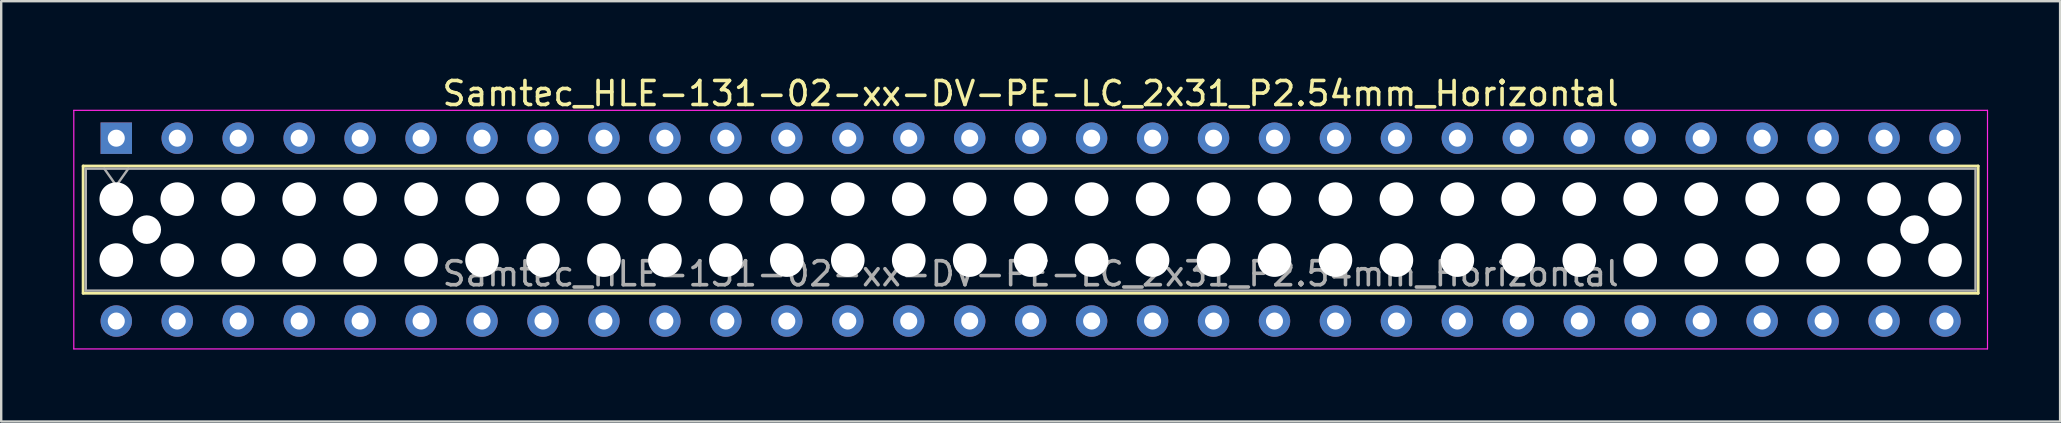
<source format=kicad_pcb>
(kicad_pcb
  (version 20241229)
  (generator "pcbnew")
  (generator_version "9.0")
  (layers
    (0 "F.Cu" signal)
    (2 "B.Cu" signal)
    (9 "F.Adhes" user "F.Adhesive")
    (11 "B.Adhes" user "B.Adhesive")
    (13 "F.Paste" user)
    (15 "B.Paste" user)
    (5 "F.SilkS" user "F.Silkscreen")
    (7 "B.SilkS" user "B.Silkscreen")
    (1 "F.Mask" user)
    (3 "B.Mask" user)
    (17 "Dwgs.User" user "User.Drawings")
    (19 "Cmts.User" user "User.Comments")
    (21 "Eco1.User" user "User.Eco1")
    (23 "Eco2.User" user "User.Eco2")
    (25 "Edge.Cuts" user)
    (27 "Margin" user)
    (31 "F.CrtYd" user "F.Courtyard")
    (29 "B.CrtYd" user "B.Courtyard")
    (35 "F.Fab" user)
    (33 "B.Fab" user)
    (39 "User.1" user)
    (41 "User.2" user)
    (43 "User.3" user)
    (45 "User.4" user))
  (footprint "Samtec_HLE-131-02-xx-DV-PE-LC_2x31_P2.54mm_Horizontal"
    (layer "F.Cu")
    (at 1.795 2.708)
    (property "Reference" "Samtec_HLE-131-02-xx-DV-PE-LC_2x31_P2.54mm_Horizontal" (at 38.1 -1.86 0) (layer "F.SilkS") (effects (font (size 1 1) (thickness 0.15))))
    (attr through_hole)
    (fp_line (start -1.38 1.16) (end 77.58 1.16) (stroke (width 0.12) (type solid)) (layer "F.SilkS"))
    (fp_line (start -1.38 6.46) (end -1.38 1.16) (stroke (width 0.12) (type solid)) (layer "F.SilkS"))
    (fp_line (start 77.58 1.16) (end 77.58 6.46) (stroke (width 0.12) (type solid)) (layer "F.SilkS"))
    (fp_line (start 77.58 6.46) (end -1.38 6.46) (stroke (width 0.12) (type solid)) (layer "F.SilkS"))
    (fp_line (start -1.77 -1.16) (end 77.97 -1.16) (stroke (width 0.05) (type solid)) (layer "F.CrtYd"))
    (fp_line (start -1.77 8.78) (end -1.77 -1.16) (stroke (width 0.05) (type solid)) (layer "F.CrtYd"))
    (fp_line (start 77.97 -1.16) (end 77.97 8.78) (stroke (width 0.05) (type solid)) (layer "F.CrtYd"))
    (fp_line (start 77.97 8.78) (end -1.77 8.78) (stroke (width 0.05) (type solid)) (layer "F.CrtYd"))
    (fp_line (start -1.27 1.27) (end 77.47 1.27) (stroke (width 0.1) (type solid)) (layer "F.Fab"))
    (fp_line (start -1.27 6.35) (end -1.27 1.27) (stroke (width 0.1) (type solid)) (layer "F.Fab"))
    (fp_line (start -0.5 1.27) (end 0 1.977) (stroke (width 0.1) (type solid)) (layer "F.Fab"))
    (fp_line (start 0 1.977) (end 0.5 1.27) (stroke (width 0.1) (type solid)) (layer "F.Fab"))
    (fp_line (start 77.47 1.27) (end 77.47 6.35) (stroke (width 0.1) (type solid)) (layer "F.Fab"))
    (fp_line (start 77.47 6.35) (end -1.27 6.35) (stroke (width 0.1) (type solid)) (layer "F.Fab"))
    (fp_text user "${REFERENCE}" (at 38.1 5.65 0) (layer "F.Fab") (effects (font (size 1 1) (thickness 0.15))))
    (pad "" np_thru_hole circle (at 0 2.54) (size 1.4 1.4) (drill 1.4) (layers "*.Cu" "*.Mask"))
    (pad "" np_thru_hole circle (at 0 5.08) (size 1.4 1.4) (drill 1.4) (layers "*.Cu" "*.Mask"))
    (pad "" np_thru_hole circle (at 1.27 3.81) (size 1.19 1.19) (drill 1.19) (layers "*.Cu" "*.Mask"))
    (pad "" np_thru_hole circle (at 2.54 2.54) (size 1.4 1.4) (drill 1.4) (layers "*.Cu" "*.Mask"))
    (pad "" np_thru_hole circle (at 2.54 5.08) (size 1.4 1.4) (drill 1.4) (layers "*.Cu" "*.Mask"))
    (pad "" np_thru_hole circle (at 5.08 2.54) (size 1.4 1.4) (drill 1.4) (layers "*.Cu" "*.Mask"))
    (pad "" np_thru_hole circle (at 5.08 5.08) (size 1.4 1.4) (drill 1.4) (layers "*.Cu" "*.Mask"))
    (pad "" np_thru_hole circle (at 7.62 2.54) (size 1.4 1.4) (drill 1.4) (layers "*.Cu" "*.Mask"))
    (pad "" np_thru_hole circle (at 7.62 5.08) (size 1.4 1.4) (drill 1.4) (layers "*.Cu" "*.Mask"))
    (pad "" np_thru_hole circle (at 10.16 2.54) (size 1.4 1.4) (drill 1.4) (layers "*.Cu" "*.Mask"))
    (pad "" np_thru_hole circle (at 10.16 5.08) (size 1.4 1.4) (drill 1.4) (layers "*.Cu" "*.Mask"))
    (pad "" np_thru_hole circle (at 12.7 2.54) (size 1.4 1.4) (drill 1.4) (layers "*.Cu" "*.Mask"))
    (pad "" np_thru_hole circle (at 12.7 5.08) (size 1.4 1.4) (drill 1.4) (layers "*.Cu" "*.Mask"))
    (pad "" np_thru_hole circle (at 15.24 2.54) (size 1.4 1.4) (drill 1.4) (layers "*.Cu" "*.Mask"))
    (pad "" np_thru_hole circle (at 15.24 5.08) (size 1.4 1.4) (drill 1.4) (layers "*.Cu" "*.Mask"))
    (pad "" np_thru_hole circle (at 17.78 2.54) (size 1.4 1.4) (drill 1.4) (layers "*.Cu" "*.Mask"))
    (pad "" np_thru_hole circle (at 17.78 5.08) (size 1.4 1.4) (drill 1.4) (layers "*.Cu" "*.Mask"))
    (pad "" np_thru_hole circle (at 20.32 2.54) (size 1.4 1.4) (drill 1.4) (layers "*.Cu" "*.Mask"))
    (pad "" np_thru_hole circle (at 20.32 5.08) (size 1.4 1.4) (drill 1.4) (layers "*.Cu" "*.Mask"))
    (pad "" np_thru_hole circle (at 22.86 2.54) (size 1.4 1.4) (drill 1.4) (layers "*.Cu" "*.Mask"))
    (pad "" np_thru_hole circle (at 22.86 5.08) (size 1.4 1.4) (drill 1.4) (layers "*.Cu" "*.Mask"))
    (pad "" np_thru_hole circle (at 25.4 2.54) (size 1.4 1.4) (drill 1.4) (layers "*.Cu" "*.Mask"))
    (pad "" np_thru_hole circle (at 25.4 5.08) (size 1.4 1.4) (drill 1.4) (layers "*.Cu" "*.Mask"))
    (pad "" np_thru_hole circle (at 27.94 2.54) (size 1.4 1.4) (drill 1.4) (layers "*.Cu" "*.Mask"))
    (pad "" np_thru_hole circle (at 27.94 5.08) (size 1.4 1.4) (drill 1.4) (layers "*.Cu" "*.Mask"))
    (pad "" np_thru_hole circle (at 30.48 2.54) (size 1.4 1.4) (drill 1.4) (layers "*.Cu" "*.Mask"))
    (pad "" np_thru_hole circle (at 30.48 5.08) (size 1.4 1.4) (drill 1.4) (layers "*.Cu" "*.Mask"))
    (pad "" np_thru_hole circle (at 33.02 2.54) (size 1.4 1.4) (drill 1.4) (layers "*.Cu" "*.Mask"))
    (pad "" np_thru_hole circle (at 33.02 5.08) (size 1.4 1.4) (drill 1.4) (layers "*.Cu" "*.Mask"))
    (pad "" np_thru_hole circle (at 35.56 2.54) (size 1.4 1.4) (drill 1.4) (layers "*.Cu" "*.Mask"))
    (pad "" np_thru_hole circle (at 35.56 5.08) (size 1.4 1.4) (drill 1.4) (layers "*.Cu" "*.Mask"))
    (pad "" np_thru_hole circle (at 38.1 2.54) (size 1.4 1.4) (drill 1.4) (layers "*.Cu" "*.Mask"))
    (pad "" np_thru_hole circle (at 38.1 5.08) (size 1.4 1.4) (drill 1.4) (layers "*.Cu" "*.Mask"))
    (pad "" np_thru_hole circle (at 40.64 2.54) (size 1.4 1.4) (drill 1.4) (layers "*.Cu" "*.Mask"))
    (pad "" np_thru_hole circle (at 40.64 5.08) (size 1.4 1.4) (drill 1.4) (layers "*.Cu" "*.Mask"))
    (pad "" np_thru_hole circle (at 43.18 2.54) (size 1.4 1.4) (drill 1.4) (layers "*.Cu" "*.Mask"))
    (pad "" np_thru_hole circle (at 43.18 5.08) (size 1.4 1.4) (drill 1.4) (layers "*.Cu" "*.Mask"))
    (pad "" np_thru_hole circle (at 45.72 2.54) (size 1.4 1.4) (drill 1.4) (layers "*.Cu" "*.Mask"))
    (pad "" np_thru_hole circle (at 45.72 5.08) (size 1.4 1.4) (drill 1.4) (layers "*.Cu" "*.Mask"))
    (pad "" np_thru_hole circle (at 48.26 2.54) (size 1.4 1.4) (drill 1.4) (layers "*.Cu" "*.Mask"))
    (pad "" np_thru_hole circle (at 48.26 5.08) (size 1.4 1.4) (drill 1.4) (layers "*.Cu" "*.Mask"))
    (pad "" np_thru_hole circle (at 50.8 2.54) (size 1.4 1.4) (drill 1.4) (layers "*.Cu" "*.Mask"))
    (pad "" np_thru_hole circle (at 50.8 5.08) (size 1.4 1.4) (drill 1.4) (layers "*.Cu" "*.Mask"))
    (pad "" np_thru_hole circle (at 53.34 2.54) (size 1.4 1.4) (drill 1.4) (layers "*.Cu" "*.Mask"))
    (pad "" np_thru_hole circle (at 53.34 5.08) (size 1.4 1.4) (drill 1.4) (layers "*.Cu" "*.Mask"))
    (pad "" np_thru_hole circle (at 55.88 2.54) (size 1.4 1.4) (drill 1.4) (layers "*.Cu" "*.Mask"))
    (pad "" np_thru_hole circle (at 55.88 5.08) (size 1.4 1.4) (drill 1.4) (layers "*.Cu" "*.Mask"))
    (pad "" np_thru_hole circle (at 58.42 2.54) (size 1.4 1.4) (drill 1.4) (layers "*.Cu" "*.Mask"))
    (pad "" np_thru_hole circle (at 58.42 5.08) (size 1.4 1.4) (drill 1.4) (layers "*.Cu" "*.Mask"))
    (pad "" np_thru_hole circle (at 60.96 2.54) (size 1.4 1.4) (drill 1.4) (layers "*.Cu" "*.Mask"))
    (pad "" np_thru_hole circle (at 60.96 5.08) (size 1.4 1.4) (drill 1.4) (layers "*.Cu" "*.Mask"))
    (pad "" np_thru_hole circle (at 63.5 2.54) (size 1.4 1.4) (drill 1.4) (layers "*.Cu" "*.Mask"))
    (pad "" np_thru_hole circle (at 63.5 5.08) (size 1.4 1.4) (drill 1.4) (layers "*.Cu" "*.Mask"))
    (pad "" np_thru_hole circle (at 66.04 2.54) (size 1.4 1.4) (drill 1.4) (layers "*.Cu" "*.Mask"))
    (pad "" np_thru_hole circle (at 66.04 5.08) (size 1.4 1.4) (drill 1.4) (layers "*.Cu" "*.Mask"))
    (pad "" np_thru_hole circle (at 68.58 2.54) (size 1.4 1.4) (drill 1.4) (layers "*.Cu" "*.Mask"))
    (pad "" np_thru_hole circle (at 68.58 5.08) (size 1.4 1.4) (drill 1.4) (layers "*.Cu" "*.Mask"))
    (pad "" np_thru_hole circle (at 71.12 2.54) (size 1.4 1.4) (drill 1.4) (layers "*.Cu" "*.Mask"))
    (pad "" np_thru_hole circle (at 71.12 5.08) (size 1.4 1.4) (drill 1.4) (layers "*.Cu" "*.Mask"))
    (pad "" np_thru_hole circle (at 73.66 2.54) (size 1.4 1.4) (drill 1.4) (layers "*.Cu" "*.Mask"))
    (pad "" np_thru_hole circle (at 73.66 5.08) (size 1.4 1.4) (drill 1.4) (layers "*.Cu" "*.Mask"))
    (pad "" np_thru_hole circle (at 74.93 3.81) (size 1.19 1.19) (drill 1.19) (layers "*.Cu" "*.Mask"))
    (pad "" np_thru_hole circle (at 76.2 2.54) (size 1.4 1.4) (drill 1.4) (layers "*.Cu" "*.Mask"))
    (pad "" np_thru_hole circle (at 76.2 5.08) (size 1.4 1.4) (drill 1.4) (layers "*.Cu" "*.Mask"))
    (pad "1" thru_hole rect (at 0 0) (size 1.31 1.31) (drill 0.71) (layers "*.Cu" "*.Mask"))
    (pad "2" thru_hole circle (at 0 7.62) (size 1.31 1.31) (drill 0.71) (layers "*.Cu" "*.Mask"))
    (pad "3" thru_hole circle (at 2.54 0) (size 1.31 1.31) (drill 0.71) (layers "*.Cu" "*.Mask"))
    (pad "4" thru_hole circle (at 2.54 7.62) (size 1.31 1.31) (drill 0.71) (layers "*.Cu" "*.Mask"))
    (pad "5" thru_hole circle (at 5.08 0) (size 1.31 1.31) (drill 0.71) (layers "*.Cu" "*.Mask"))
    (pad "6" thru_hole circle (at 5.08 7.62) (size 1.31 1.31) (drill 0.71) (layers "*.Cu" "*.Mask"))
    (pad "7" thru_hole circle (at 7.62 0) (size 1.31 1.31) (drill 0.71) (layers "*.Cu" "*.Mask"))
    (pad "8" thru_hole circle (at 7.62 7.62) (size 1.31 1.31) (drill 0.71) (layers "*.Cu" "*.Mask"))
    (pad "9" thru_hole circle (at 10.16 0) (size 1.31 1.31) (drill 0.71) (layers "*.Cu" "*.Mask"))
    (pad "10" thru_hole circle (at 10.16 7.62) (size 1.31 1.31) (drill 0.71) (layers "*.Cu" "*.Mask"))
    (pad "11" thru_hole circle (at 12.7 0) (size 1.31 1.31) (drill 0.71) (layers "*.Cu" "*.Mask"))
    (pad "12" thru_hole circle (at 12.7 7.62) (size 1.31 1.31) (drill 0.71) (layers "*.Cu" "*.Mask"))
    (pad "13" thru_hole circle (at 15.24 0) (size 1.31 1.31) (drill 0.71) (layers "*.Cu" "*.Mask"))
    (pad "14" thru_hole circle (at 15.24 7.62) (size 1.31 1.31) (drill 0.71) (layers "*.Cu" "*.Mask"))
    (pad "15" thru_hole circle (at 17.78 0) (size 1.31 1.31) (drill 0.71) (layers "*.Cu" "*.Mask"))
    (pad "16" thru_hole circle (at 17.78 7.62) (size 1.31 1.31) (drill 0.71) (layers "*.Cu" "*.Mask"))
    (pad "17" thru_hole circle (at 20.32 0) (size 1.31 1.31) (drill 0.71) (layers "*.Cu" "*.Mask"))
    (pad "18" thru_hole circle (at 20.32 7.62) (size 1.31 1.31) (drill 0.71) (layers "*.Cu" "*.Mask"))
    (pad "19" thru_hole circle (at 22.86 0) (size 1.31 1.31) (drill 0.71) (layers "*.Cu" "*.Mask"))
    (pad "20" thru_hole circle (at 22.86 7.62) (size 1.31 1.31) (drill 0.71) (layers "*.Cu" "*.Mask"))
    (pad "21" thru_hole circle (at 25.4 0) (size 1.31 1.31) (drill 0.71) (layers "*.Cu" "*.Mask"))
    (pad "22" thru_hole circle (at 25.4 7.62) (size 1.31 1.31) (drill 0.71) (layers "*.Cu" "*.Mask"))
    (pad "23" thru_hole circle (at 27.94 0) (size 1.31 1.31) (drill 0.71) (layers "*.Cu" "*.Mask"))
    (pad "24" thru_hole circle (at 27.94 7.62) (size 1.31 1.31) (drill 0.71) (layers "*.Cu" "*.Mask"))
    (pad "25" thru_hole circle (at 30.48 0) (size 1.31 1.31) (drill 0.71) (layers "*.Cu" "*.Mask"))
    (pad "26" thru_hole circle (at 30.48 7.62) (size 1.31 1.31) (drill 0.71) (layers "*.Cu" "*.Mask"))
    (pad "27" thru_hole circle (at 33.02 0) (size 1.31 1.31) (drill 0.71) (layers "*.Cu" "*.Mask"))
    (pad "28" thru_hole circle (at 33.02 7.62) (size 1.31 1.31) (drill 0.71) (layers "*.Cu" "*.Mask"))
    (pad "29" thru_hole circle (at 35.56 0) (size 1.31 1.31) (drill 0.71) (layers "*.Cu" "*.Mask"))
    (pad "30" thru_hole circle (at 35.56 7.62) (size 1.31 1.31) (drill 0.71) (layers "*.Cu" "*.Mask"))
    (pad "31" thru_hole circle (at 38.1 0) (size 1.31 1.31) (drill 0.71) (layers "*.Cu" "*.Mask"))
    (pad "32" thru_hole circle (at 38.1 7.62) (size 1.31 1.31) (drill 0.71) (layers "*.Cu" "*.Mask"))
    (pad "33" thru_hole circle (at 40.64 0) (size 1.31 1.31) (drill 0.71) (layers "*.Cu" "*.Mask"))
    (pad "34" thru_hole circle (at 40.64 7.62) (size 1.31 1.31) (drill 0.71) (layers "*.Cu" "*.Mask"))
    (pad "35" thru_hole circle (at 43.18 0) (size 1.31 1.31) (drill 0.71) (layers "*.Cu" "*.Mask"))
    (pad "36" thru_hole circle (at 43.18 7.62) (size 1.31 1.31) (drill 0.71) (layers "*.Cu" "*.Mask"))
    (pad "37" thru_hole circle (at 45.72 0) (size 1.31 1.31) (drill 0.71) (layers "*.Cu" "*.Mask"))
    (pad "38" thru_hole circle (at 45.72 7.62) (size 1.31 1.31) (drill 0.71) (layers "*.Cu" "*.Mask"))
    (pad "39" thru_hole circle (at 48.26 0) (size 1.31 1.31) (drill 0.71) (layers "*.Cu" "*.Mask"))
    (pad "40" thru_hole circle (at 48.26 7.62) (size 1.31 1.31) (drill 0.71) (layers "*.Cu" "*.Mask"))
    (pad "41" thru_hole circle (at 50.8 0) (size 1.31 1.31) (drill 0.71) (layers "*.Cu" "*.Mask"))
    (pad "42" thru_hole circle (at 50.8 7.62) (size 1.31 1.31) (drill 0.71) (layers "*.Cu" "*.Mask"))
    (pad "43" thru_hole circle (at 53.34 0) (size 1.31 1.31) (drill 0.71) (layers "*.Cu" "*.Mask"))
    (pad "44" thru_hole circle (at 53.34 7.62) (size 1.31 1.31) (drill 0.71) (layers "*.Cu" "*.Mask"))
    (pad "45" thru_hole circle (at 55.88 0) (size 1.31 1.31) (drill 0.71) (layers "*.Cu" "*.Mask"))
    (pad "46" thru_hole circle (at 55.88 7.62) (size 1.31 1.31) (drill 0.71) (layers "*.Cu" "*.Mask"))
    (pad "47" thru_hole circle (at 58.42 0) (size 1.31 1.31) (drill 0.71) (layers "*.Cu" "*.Mask"))
    (pad "48" thru_hole circle (at 58.42 7.62) (size 1.31 1.31) (drill 0.71) (layers "*.Cu" "*.Mask"))
    (pad "49" thru_hole circle (at 60.96 0) (size 1.31 1.31) (drill 0.71) (layers "*.Cu" "*.Mask"))
    (pad "50" thru_hole circle (at 60.96 7.62) (size 1.31 1.31) (drill 0.71) (layers "*.Cu" "*.Mask"))
    (pad "51" thru_hole circle (at 63.5 0) (size 1.31 1.31) (drill 0.71) (layers "*.Cu" "*.Mask"))
    (pad "52" thru_hole circle (at 63.5 7.62) (size 1.31 1.31) (drill 0.71) (layers "*.Cu" "*.Mask"))
    (pad "53" thru_hole circle (at 66.04 0) (size 1.31 1.31) (drill 0.71) (layers "*.Cu" "*.Mask"))
    (pad "54" thru_hole circle (at 66.04 7.62) (size 1.31 1.31) (drill 0.71) (layers "*.Cu" "*.Mask"))
    (pad "55" thru_hole circle (at 68.58 0) (size 1.31 1.31) (drill 0.71) (layers "*.Cu" "*.Mask"))
    (pad "56" thru_hole circle (at 68.58 7.62) (size 1.31 1.31) (drill 0.71) (layers "*.Cu" "*.Mask"))
    (pad "57" thru_hole circle (at 71.12 0) (size 1.31 1.31) (drill 0.71) (layers "*.Cu" "*.Mask"))
    (pad "58" thru_hole circle (at 71.12 7.62) (size 1.31 1.31) (drill 0.71) (layers "*.Cu" "*.Mask"))
    (pad "59" thru_hole circle (at 73.66 0) (size 1.31 1.31) (drill 0.71) (layers "*.Cu" "*.Mask"))
    (pad "60" thru_hole circle (at 73.66 7.62) (size 1.31 1.31) (drill 0.71) (layers "*.Cu" "*.Mask"))
    (pad "61" thru_hole circle (at 76.2 0) (size 1.31 1.31) (drill 0.71) (layers "*.Cu" "*.Mask"))
    (pad "62" thru_hole circle (at 76.2 7.62) (size 1.31 1.31) (drill 0.71) (layers "*.Cu" "*.Mask")))
  (gr_rect
    (start -3 -3)
    (end 82.79 14.513)
    (stroke (width 0.1) (type default))
    (fill no)
    (layer "Edge.Cuts")))
</source>
